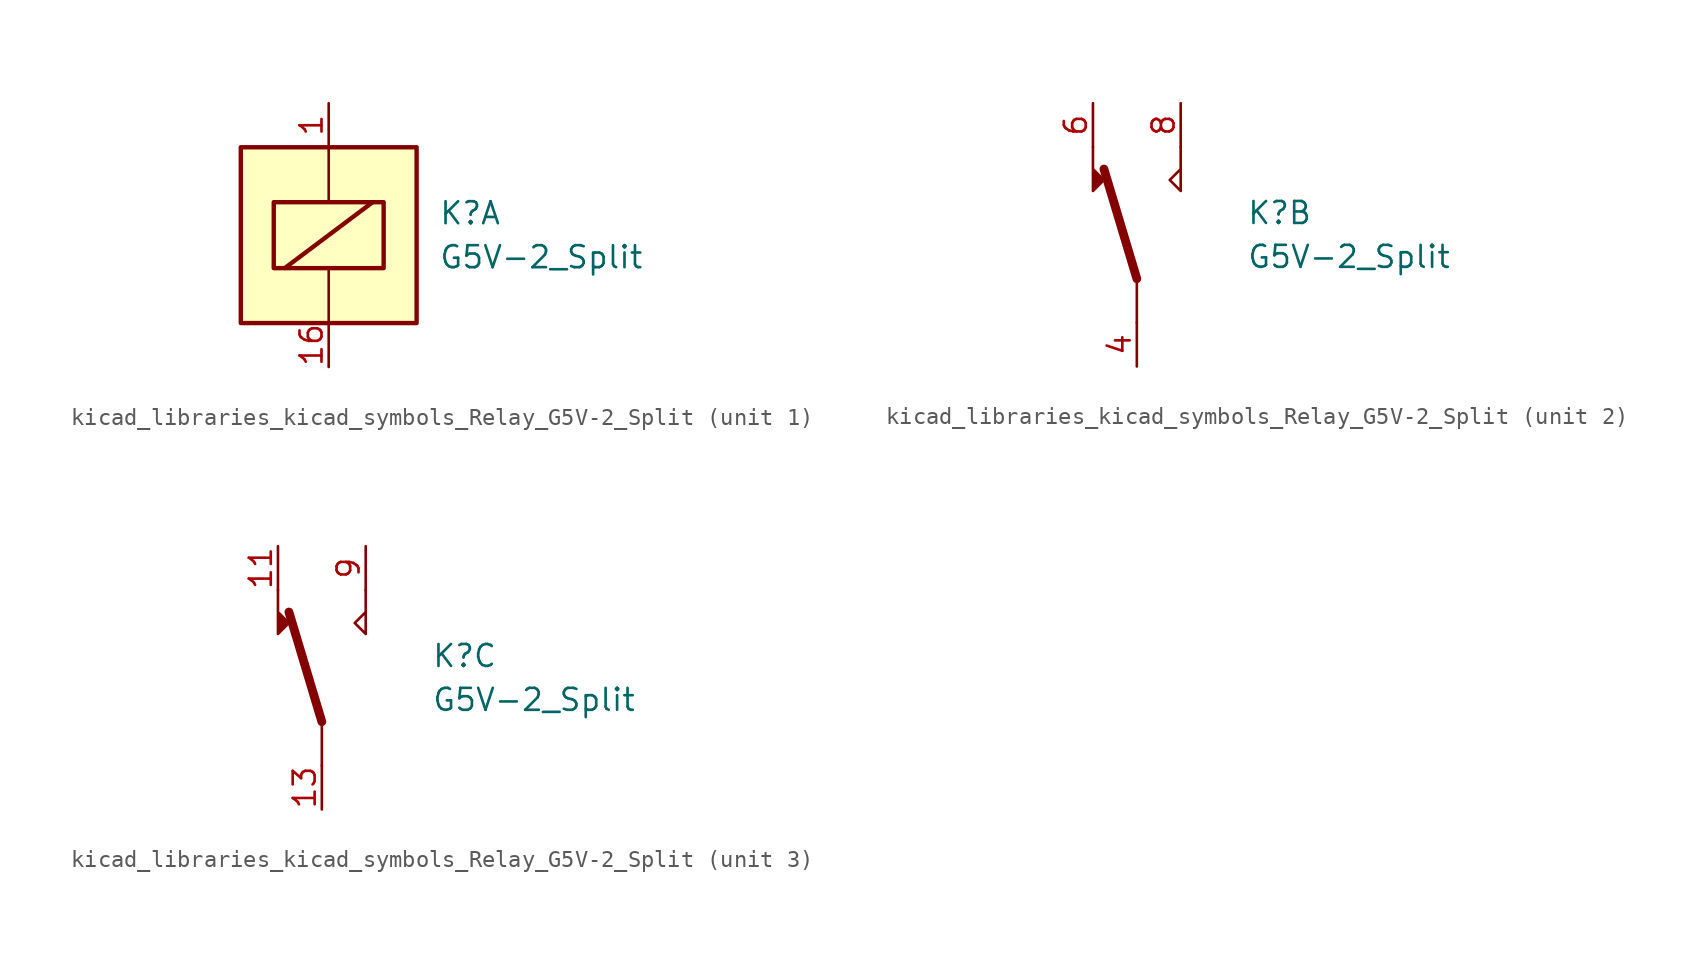
<source format=kicad_sym>
(kicad_symbol_lib
  (version 20220914)
  (generator kicad_symbol_editor)
  (symbol "kicad_libraries_kicad_symbols_Relay_G5V-2_Split"
    (property "Reference" "K"
      (at 6.35 1.27 0)
      (effects (font (size 1.27 1.27)) (justify left)))
    (property "Value" "G5V-2_Split"
      (at 6.35 -1.27 0)
      (effects (font (size 1.27 1.27)) (justify left)))
    (property "ki_locked" ""
      (at 0 0 0)
      (effects (font (size 1.27 1.27))))
    (symbol "kicad_libraries_kicad_symbols_Relay_G5V-2_Split_1_1"
      (rectangle (start -5.08 5.08) (end 5.08 -5.08) (stroke (width 0.254) (type default)) (fill (type background)))
      (rectangle (start -3.175 1.905) (end 3.175 -1.905) (stroke (width 0.254) (type default)) (fill (type none)))
      (polyline (pts (xy -2.54 -1.905) (xy 2.54 1.905)) (stroke (width 0.254) (type default)) (fill (type none)))
      (polyline (pts (xy 0 -5.08) (xy 0 -1.905)) (stroke (width 0) (type default)) (fill (type none)))
      (polyline (pts (xy 0 5.08) (xy 0 1.905)) (stroke (width 0) (type default)) (fill (type none)))
      (pin passive line (at 0 7.62 270) (length 2.54) (name "~" (effects (font (size 1.27 1.27)))) (number "1" (effects (font (size 1.27 1.27)))))
      (pin passive line (at 0 -7.62 90) (length 2.54) (name "~" (effects (font (size 1.27 1.27)))) (number "16" (effects (font (size 1.27 1.27))))))
    (symbol "kicad_libraries_kicad_symbols_Relay_G5V-2_Split_2_1"
      (polyline (pts (xy 0 -2.54) (xy -1.905 3.81)) (stroke (width 0.508) (type default)) (fill (type none)))
      (polyline (pts (xy 0 -2.54) (xy 0 -5.08)) (stroke (width 0) (type default)) (fill (type none)))
      (polyline (pts (xy -2.54 5.08) (xy -2.54 2.54) (xy -1.905 3.175) (xy -2.54 3.81)) (stroke (width 0) (type default)) (fill (type outline)))
      (polyline (pts (xy 2.54 5.08) (xy 2.54 2.54) (xy 1.905 3.175) (xy 2.54 3.81)) (stroke (width 0) (type default)) (fill (type none)))
      (pin passive line (at 0 -7.62 90) (length 2.54) (name "~" (effects (font (size 1.27 1.27)))) (number "4" (effects (font (size 1.27 1.27)))))
      (pin passive line (at -2.54 7.62 270) (length 2.54) (name "~" (effects (font (size 1.27 1.27)))) (number "6" (effects (font (size 1.27 1.27)))))
      (pin passive line (at 2.54 7.62 270) (length 2.54) (name "~" (effects (font (size 1.27 1.27)))) (number "8" (effects (font (size 1.27 1.27))))))
    (symbol "kicad_libraries_kicad_symbols_Relay_G5V-2_Split_3_1"
      (polyline (pts (xy 0 -2.54) (xy -1.905 3.81)) (stroke (width 0.508) (type default)) (fill (type none)))
      (polyline (pts (xy 0 -2.54) (xy 0 -5.08)) (stroke (width 0) (type default)) (fill (type none)))
      (polyline (pts (xy -2.54 5.08) (xy -2.54 2.54) (xy -1.905 3.175) (xy -2.54 3.81)) (stroke (width 0) (type default)) (fill (type outline)))
      (polyline (pts (xy 2.54 5.08) (xy 2.54 2.54) (xy 1.905 3.175) (xy 2.54 3.81)) (stroke (width 0) (type default)) (fill (type none)))
      (pin passive line (at -2.54 7.62 270) (length 2.54) (name "~" (effects (font (size 1.27 1.27)))) (number "11" (effects (font (size 1.27 1.27)))))
      (pin passive line (at 0 -7.62 90) (length 2.54) (name "~" (effects (font (size 1.27 1.27)))) (number "13" (effects (font (size 1.27 1.27)))))
      (pin passive line (at 2.54 7.62 270) (length 2.54) (name "~" (effects (font (size 1.27 1.27)))) (number "9" (effects (font (size 1.27 1.27))))))))
</source>
